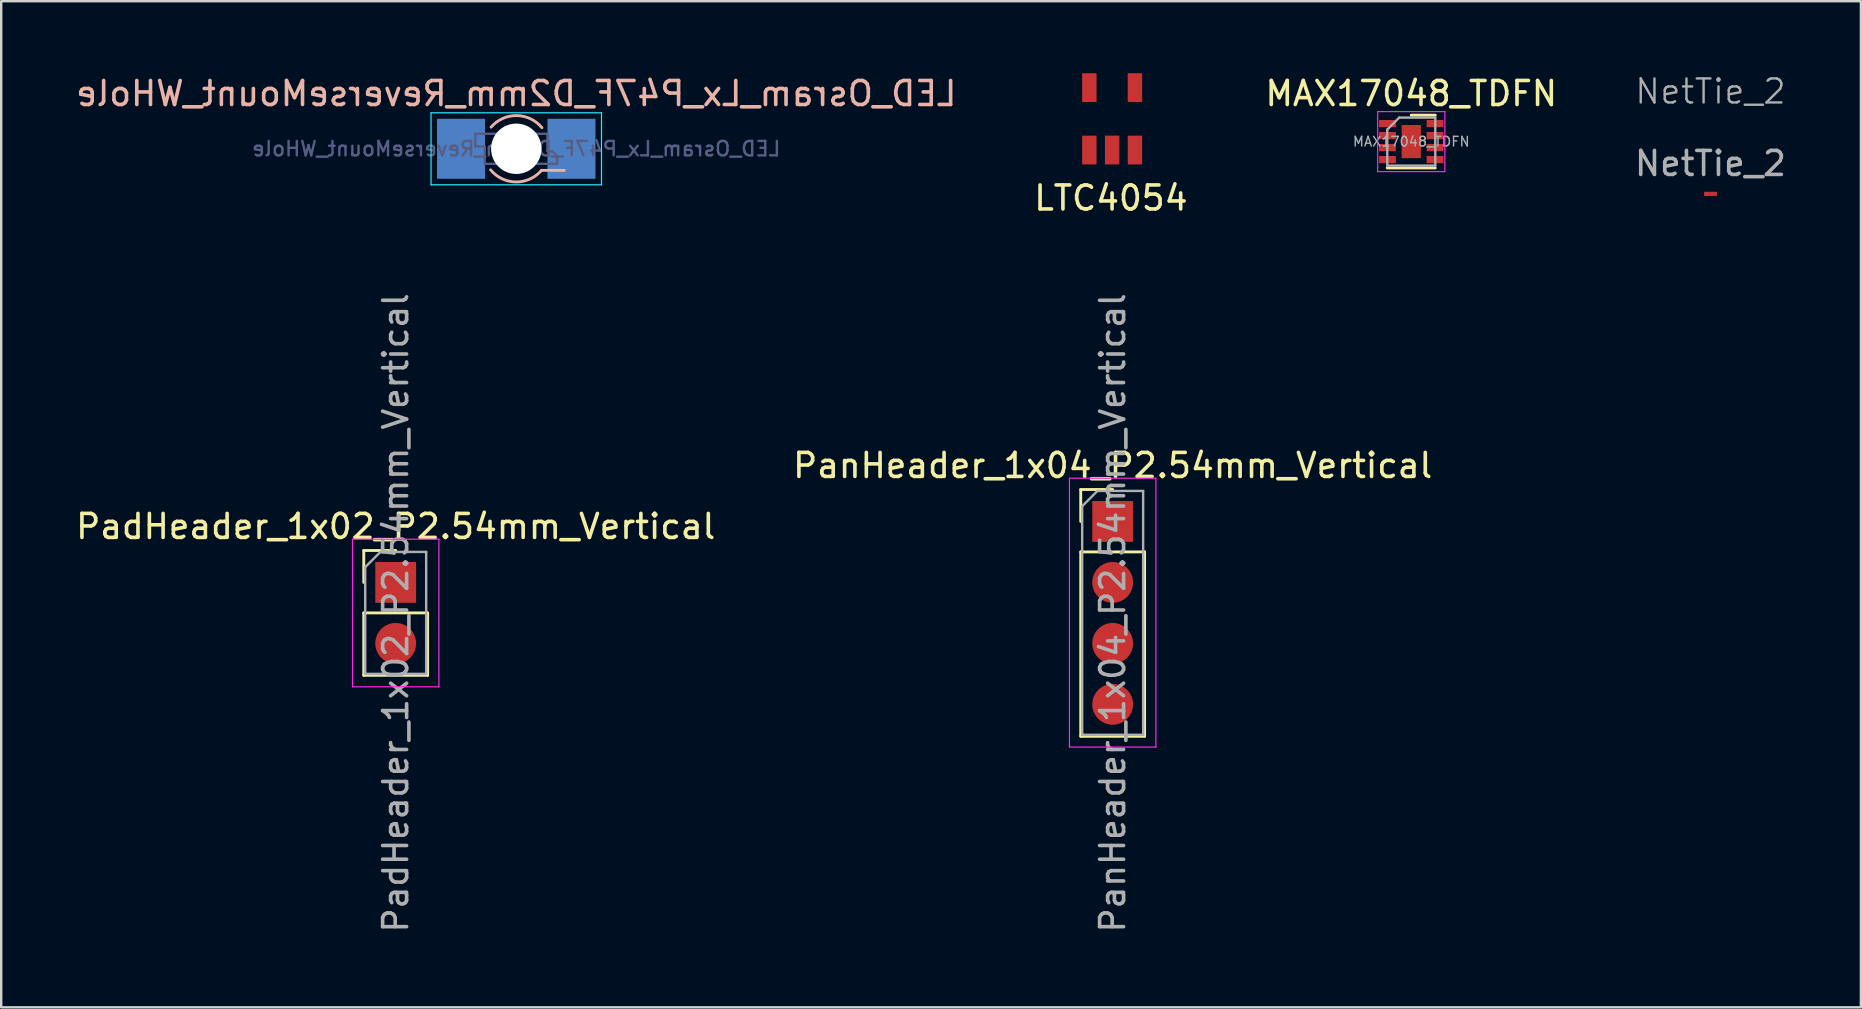
<source format=kicad_pcb>
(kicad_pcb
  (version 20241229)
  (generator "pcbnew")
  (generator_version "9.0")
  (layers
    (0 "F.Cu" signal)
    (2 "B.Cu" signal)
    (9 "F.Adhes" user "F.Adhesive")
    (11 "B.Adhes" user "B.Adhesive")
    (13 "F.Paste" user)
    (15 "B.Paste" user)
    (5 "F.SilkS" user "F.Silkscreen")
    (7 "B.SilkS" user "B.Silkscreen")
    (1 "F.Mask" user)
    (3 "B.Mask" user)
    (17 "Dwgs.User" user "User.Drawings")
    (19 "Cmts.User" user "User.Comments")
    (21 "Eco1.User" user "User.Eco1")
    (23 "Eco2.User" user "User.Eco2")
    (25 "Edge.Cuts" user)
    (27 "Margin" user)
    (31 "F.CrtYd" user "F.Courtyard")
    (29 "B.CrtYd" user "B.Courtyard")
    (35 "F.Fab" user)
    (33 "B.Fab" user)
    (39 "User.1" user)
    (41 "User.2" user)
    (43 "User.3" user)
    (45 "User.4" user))
  (footprint "NetTie_2"
    (layer "F.Cu")
    (at 68.208 5.03)
    (property "Reference" "NetTie_2" (at 0 -4.27 0) (unlocked yes) (layer "F.Fab") (effects (font (size 1 1) (thickness 0.1))))
    (attr smd)
    (fp_poly (pts (xy -0.254 -0.076) (xy -0.254 0.076) (xy 0.254 0.076) (xy 0.254 -0.076)) (stroke (width 0.025) (type solid)) (fill yes) (layer "F.Cu"))
    (fp_text user "${REFERENCE}" (at 0 -1.27 0) (unlocked yes) (layer "F.Fab") (effects (font (size 1 1) (thickness 0.15))))
    (pad "1" smd circle (at -0.165 0) (size 0.152 0.152) (layers "F.Cu"))
    (pad "2" smd circle (at 0.165 0) (size 0.152 0.152) (layers "F.Cu")))
  (footprint "PanHeader_1x04_P2.54mm_Vertical"
    (layer "F.Cu")
    (at 43.304 18.673)
    (property "Reference" "PanHeader_1x04_P2.54mm_Vertical" (at 0 -2.33 0) (layer "F.SilkS") (effects (font (size 1 1) (thickness 0.15))))
    (attr smd exclude_from_bom)
    (fp_line (start -1.33 -1.33) (end 0 -1.33) (stroke (width 0.12) (type solid)) (layer "F.SilkS"))
    (fp_line (start -1.33 0) (end -1.33 -1.33) (stroke (width 0.12) (type solid)) (layer "F.SilkS"))
    (fp_line (start -1.33 1.27) (end -1.33 8.95) (stroke (width 0.12) (type solid)) (layer "F.SilkS"))
    (fp_line (start -1.33 1.27) (end 1.33 1.27) (stroke (width 0.12) (type solid)) (layer "F.SilkS"))
    (fp_line (start -1.33 8.95) (end 1.33 8.95) (stroke (width 0.12) (type solid)) (layer "F.SilkS"))
    (fp_line (start 1.33 1.27) (end 1.33 8.95) (stroke (width 0.12) (type solid)) (layer "F.SilkS"))
    (fp_line (start -1.8 -1.8) (end -1.8 9.4) (stroke (width 0.05) (type solid)) (layer "F.CrtYd"))
    (fp_line (start -1.8 9.4) (end 1.8 9.4) (stroke (width 0.05) (type solid)) (layer "F.CrtYd"))
    (fp_line (start 1.8 -1.8) (end -1.8 -1.8) (stroke (width 0.05) (type solid)) (layer "F.CrtYd"))
    (fp_line (start 1.8 9.4) (end 1.8 -1.8) (stroke (width 0.05) (type solid)) (layer "F.CrtYd"))
    (fp_line (start -1.27 -0.635) (end -0.635 -1.27) (stroke (width 0.1) (type solid)) (layer "F.Fab"))
    (fp_line (start -1.27 8.89) (end -1.27 -0.635) (stroke (width 0.1) (type solid)) (layer "F.Fab"))
    (fp_line (start -0.635 -1.27) (end 1.27 -1.27) (stroke (width 0.1) (type solid)) (layer "F.Fab"))
    (fp_line (start 1.27 -1.27) (end 1.27 8.89) (stroke (width 0.1) (type solid)) (layer "F.Fab"))
    (fp_line (start 1.27 8.89) (end -1.27 8.89) (stroke (width 0.1) (type solid)) (layer "F.Fab"))
    (fp_text user "${REFERENCE}" (at 0 3.81 90) (layer "F.Fab") (effects (font (size 1 1) (thickness 0.15))))
    (pad "1" smd rect (at 0 0) (size 1.7 1.7) (layers "F.Cu" "F.Mask" "F.Paste"))
    (pad "2" smd oval (at 0 2.54) (size 1.7 1.7) (layers "F.Cu" "F.Mask" "F.Paste"))
    (pad "3" smd oval (at 0 5.08) (size 1.7 1.7) (layers "F.Cu" "F.Mask" "F.Paste"))
    (pad "4" smd oval (at 0 7.62) (size 1.7 1.7) (layers "F.Cu" "F.Mask" "F.Paste")))
  (footprint "MAX17048_TDFN"
    (layer "F.Cu")
    (at 55.744 2.848)
    (property "Reference" "MAX17048_TDFN" (at 0 -2 0) (layer "F.SilkS") (effects (font (size 1 1) (thickness 0.15))))
    (attr smd)
    (fp_line (start -1 1.1) (end 1 1.1) (stroke (width 0.12) (type solid)) (layer "F.SilkS"))
    (fp_line (start 0 -1.1) (end 1 -1.1) (stroke (width 0.12) (type solid)) (layer "F.SilkS"))
    (fp_line (start -1.4 -1.25) (end -1.4 1.25) (stroke (width 0.05) (type solid)) (layer "F.CrtYd"))
    (fp_line (start -1.4 -1.25) (end 1.4 -1.25) (stroke (width 0.05) (type solid)) (layer "F.CrtYd"))
    (fp_line (start -1.4 1.25) (end 1.4 1.25) (stroke (width 0.05) (type solid)) (layer "F.CrtYd"))
    (fp_line (start 1.4 -1.25) (end 1.4 1.25) (stroke (width 0.05) (type solid)) (layer "F.CrtYd"))
    (fp_line (start -1 -0.5) (end -0.5 -1) (stroke (width 0.1) (type solid)) (layer "F.Fab"))
    (fp_line (start -1 1) (end -1 -0.5) (stroke (width 0.1) (type solid)) (layer "F.Fab"))
    (fp_line (start -0.5 -1) (end 1 -1) (stroke (width 0.1) (type solid)) (layer "F.Fab"))
    (fp_line (start 1 -1) (end 1 1) (stroke (width 0.1) (type solid)) (layer "F.Fab"))
    (fp_line (start 1 1) (end -1 1) (stroke (width 0.1) (type solid)) (layer "F.Fab"))
    (fp_text user "${REFERENCE}" (at 0 0 0) (layer "F.Fab") (effects (font (size 0.4 0.4) (thickness 0.06))))
    (pad "1" smd rect (at -0.99 -0.75) (size 0.7 0.3) (layers "F.Cu" "F.Mask" "F.Paste"))
    (pad "2" smd rect (at -0.99 -0.25) (size 0.7 0.3) (layers "F.Cu" "F.Mask" "F.Paste"))
    (pad "3" smd rect (at -0.99 0.25) (size 0.7 0.3) (layers "F.Cu" "F.Mask" "F.Paste"))
    (pad "4" smd rect (at -0.99 0.75) (size 0.7 0.3) (layers "F.Cu" "F.Mask" "F.Paste"))
    (pad "5" smd rect (at 0.99 0.75) (size 0.7 0.3) (layers "F.Cu" "F.Mask" "F.Paste"))
    (pad "6" smd rect (at 0.99 0.25) (size 0.7 0.3) (layers "F.Cu" "F.Mask" "F.Paste"))
    (pad "7" smd rect (at 0.99 -0.25) (size 0.7 0.3) (layers "F.Cu" "F.Mask" "F.Paste"))
    (pad "8" smd rect (at 0.99 -0.75) (size 0.7 0.3) (layers "F.Cu" "F.Mask" "F.Paste"))
    (pad "9" smd rect (at 0 0) (size 0.8 1.38) (layers "F.Cu" "F.Mask")))
  (footprint "LED_Osram_Lx_P47F_D2mm_ReverseMount_WHole"
    (layer "F.Cu")
    (at 18.458 3.148)
    (property "Reference" "LED_Osram_Lx_P47F_D2mm_ReverseMount_WHole" (at 0 -2.3 0) (layer "B.SilkS") (effects (font (size 1 1) (thickness 0.15)) (justify mirror)))
    (attr smd)
    (fp_poly (pts (xy -3.302 1.245) (xy -1.321 1.245) (xy -1.321 -1.245) (xy -3.302 -1.245)) (stroke (width 0.1) (type solid)) (fill yes) (layer "B.Mask"))
    (fp_poly (pts (xy 1.321 1.219) (xy 3.251 1.219) (xy 3.251 -1.219) (xy 1.321 -1.219)) (stroke (width 0.1) (type solid)) (fill yes) (layer "B.Mask"))
    (fp_line (start 2 0.9) (end 1.05 0.9) (stroke (width 0.12) (type solid)) (layer "B.SilkS"))
    (fp_arc (start -1.05 -0.9) (mid 0.014513 -1.382856) (end 1.068658 -0.877765) (stroke (width 0.12) (type solid)) (layer "B.SilkS"))
    (fp_arc (start 1.05 0.9) (mid -0.014513 1.382856) (end -1.068658 0.877765) (stroke (width 0.12) (type solid)) (layer "B.SilkS"))
    (fp_line (start -3.55 -1.5) (end -3.55 1.5) (stroke (width 0.05) (type solid)) (layer "B.CrtYd"))
    (fp_line (start -3.55 1.5) (end 3.55 1.5) (stroke (width 0.05) (type solid)) (layer "B.CrtYd"))
    (fp_line (start 3.55 -1.5) (end -3.55 -1.5) (stroke (width 0.05) (type solid)) (layer "B.CrtYd"))
    (fp_line (start 3.55 1.5) (end 3.55 -1.5) (stroke (width 0.05) (type solid)) (layer "B.CrtYd"))
    (fp_line (start -1.705 -0.625) (end -1.705 -0.095) (stroke (width 0.1) (type solid)) (layer "B.Fab"))
    (fp_line (start -1.705 -0.095) (end -1.315 -0.095) (stroke (width 0.1) (type solid)) (layer "B.Fab"))
    (fp_line (start -1.315 -0.095) (end -1.315 0.625) (stroke (width 0.1) (type solid)) (layer "B.Fab"))
    (fp_line (start -0.715 -0.625) (end -1.705 -0.625) (stroke (width 0.1) (type solid)) (layer "B.Fab"))
    (fp_line (start -0.715 0.625) (end -1.315 0.625) (stroke (width 0.1) (type solid)) (layer "B.Fab"))
    (fp_line (start 0.715 0.625) (end 1.7 0.625) (stroke (width 0.1) (type solid)) (layer "B.Fab"))
    (fp_line (start 1.3 -0.625) (end 0.715 -0.625) (stroke (width 0.1) (type solid)) (layer "B.Fab"))
    (fp_line (start 1.3 0.1) (end 1.3 -0.625) (stroke (width 0.1) (type solid)) (layer "B.Fab"))
    (fp_line (start 1.5 0.1) (end 1.3 0.1) (stroke (width 0.1) (type solid)) (layer "B.Fab"))
    (fp_line (start 1.7 0.3) (end 1.5 0.1) (stroke (width 0.1) (type solid)) (layer "B.Fab"))
    (fp_line (start 1.7 0.3) (end 1.7 0.625) (stroke (width 0.1) (type solid)) (layer "B.Fab"))
    (fp_arc (start -0.715 -0.625) (mid -0.000704 -0.949658) (end 0.714073 -0.626059) (stroke (width 0.1) (type solid)) (layer "B.Fab"))
    (fp_arc (start 0.715 0.625) (mid 0.000704 0.949658) (end -0.714073 0.626059) (stroke (width 0.1) (type solid)) (layer "B.Fab"))
    (fp_text user "${REFERENCE}" (at 0 0 0) (layer "B.Fab") (effects (font (size 0.6 0.6) (thickness 0.1)) (justify mirror)))
    (pad "" smd rect (at -1.55 -0.375) (size 0.5 0.7) (layers "B.Mask" "B.Paste"))
    (pad "" np_thru_hole circle (at 0 0) (size 2.1 2.1) (drill 2.1) (layers "*.Cu" "*.Mask"))
    (pad "" smd rect (at 1.55 0.375) (size 0.5 0.7) (layers "B.Mask" "B.Paste"))
    (pad "1" smd rect (at 2.3 0) (size 2 2.5) (layers "B.Cu"))
    (pad "2" smd rect (at -2.3 0) (size 2 2.5) (layers "B.Cu")))
  (footprint "PadHeader_1x02_P2.54mm_Vertical"
    (layer "F.Cu")
    (at 13.435 21.213)
    (property "Reference" "PadHeader_1x02_P2.54mm_Vertical" (at 0 -2.33 180) (layer "F.SilkS") (effects (font (size 1 1) (thickness 0.15))))
    (attr smd exclude_from_bom)
    (fp_line (start -1.33 -1.33) (end 0 -1.33) (stroke (width 0.12) (type solid)) (layer "F.SilkS"))
    (fp_line (start -1.33 0) (end -1.33 -1.33) (stroke (width 0.12) (type solid)) (layer "F.SilkS"))
    (fp_line (start -1.33 1.27) (end -1.33 3.87) (stroke (width 0.12) (type solid)) (layer "F.SilkS"))
    (fp_line (start -1.33 1.27) (end 1.33 1.27) (stroke (width 0.12) (type solid)) (layer "F.SilkS"))
    (fp_line (start -1.33 3.87) (end 1.33 3.87) (stroke (width 0.12) (type solid)) (layer "F.SilkS"))
    (fp_line (start 1.33 1.27) (end 1.33 3.87) (stroke (width 0.12) (type solid)) (layer "F.SilkS"))
    (fp_line (start -1.8 -1.8) (end -1.8 4.35) (stroke (width 0.05) (type solid)) (layer "F.CrtYd"))
    (fp_line (start -1.8 4.35) (end 1.8 4.35) (stroke (width 0.05) (type solid)) (layer "F.CrtYd"))
    (fp_line (start 1.8 -1.8) (end -1.8 -1.8) (stroke (width 0.05) (type solid)) (layer "F.CrtYd"))
    (fp_line (start 1.8 4.35) (end 1.8 -1.8) (stroke (width 0.05) (type solid)) (layer "F.CrtYd"))
    (fp_line (start -1.27 -0.635) (end -0.635 -1.27) (stroke (width 0.1) (type solid)) (layer "F.Fab"))
    (fp_line (start -1.27 3.81) (end -1.27 -0.635) (stroke (width 0.1) (type solid)) (layer "F.Fab"))
    (fp_line (start -0.635 -1.27) (end 1.27 -1.27) (stroke (width 0.1) (type solid)) (layer "F.Fab"))
    (fp_line (start 1.27 -1.27) (end 1.27 3.81) (stroke (width 0.1) (type solid)) (layer "F.Fab"))
    (fp_line (start 1.27 3.81) (end -1.27 3.81) (stroke (width 0.1) (type solid)) (layer "F.Fab"))
    (fp_text user "${REFERENCE}" (at 0 1.27 270) (layer "F.Fab") (effects (font (size 1 1) (thickness 0.15))))
    (pad "1" smd rect (at 0 0) (size 1.7 1.7) (layers "F.Cu" "F.Mask" "F.Paste"))
    (pad "2" smd oval (at 0 2.54) (size 1.7 1.7) (layers "F.Cu" "F.Mask" "F.Paste")))
  (footprint "LTC4054"
    (layer "F.Cu")
    (at 43.282 1.9)
    (property "Reference" "LTC4054" (at -0.05 3.3 0) (layer "F.SilkS") (effects (font (size 1 1) (thickness 0.15))))
    (attr through_hole)
    (pad "1" smd rect (at -0.95 1.3) (size 0.6 1.2) (layers "F.Cu" "F.Mask" "F.Paste"))
    (pad "2" smd rect (at 0 1.3) (size 0.6 1.2) (layers "F.Cu" "F.Mask" "F.Paste"))
    (pad "3" smd rect (at 0.95 1.3) (size 0.6 1.2) (layers "F.Cu" "F.Mask" "F.Paste"))
    (pad "4" smd rect (at 0.95 -1.3) (size 0.6 1.2) (layers "F.Cu" "F.Mask" "F.Paste"))
    (pad "5" smd rect (at -0.95 -1.3) (size 0.6 1.2) (layers "F.Cu" "F.Mask" "F.Paste")))
  (gr_rect
    (start -3 -3)
    (end 74.476 38.917)
    (stroke (width 0.1) (type default))
    (fill no)
    (layer "Edge.Cuts")))
</source>
